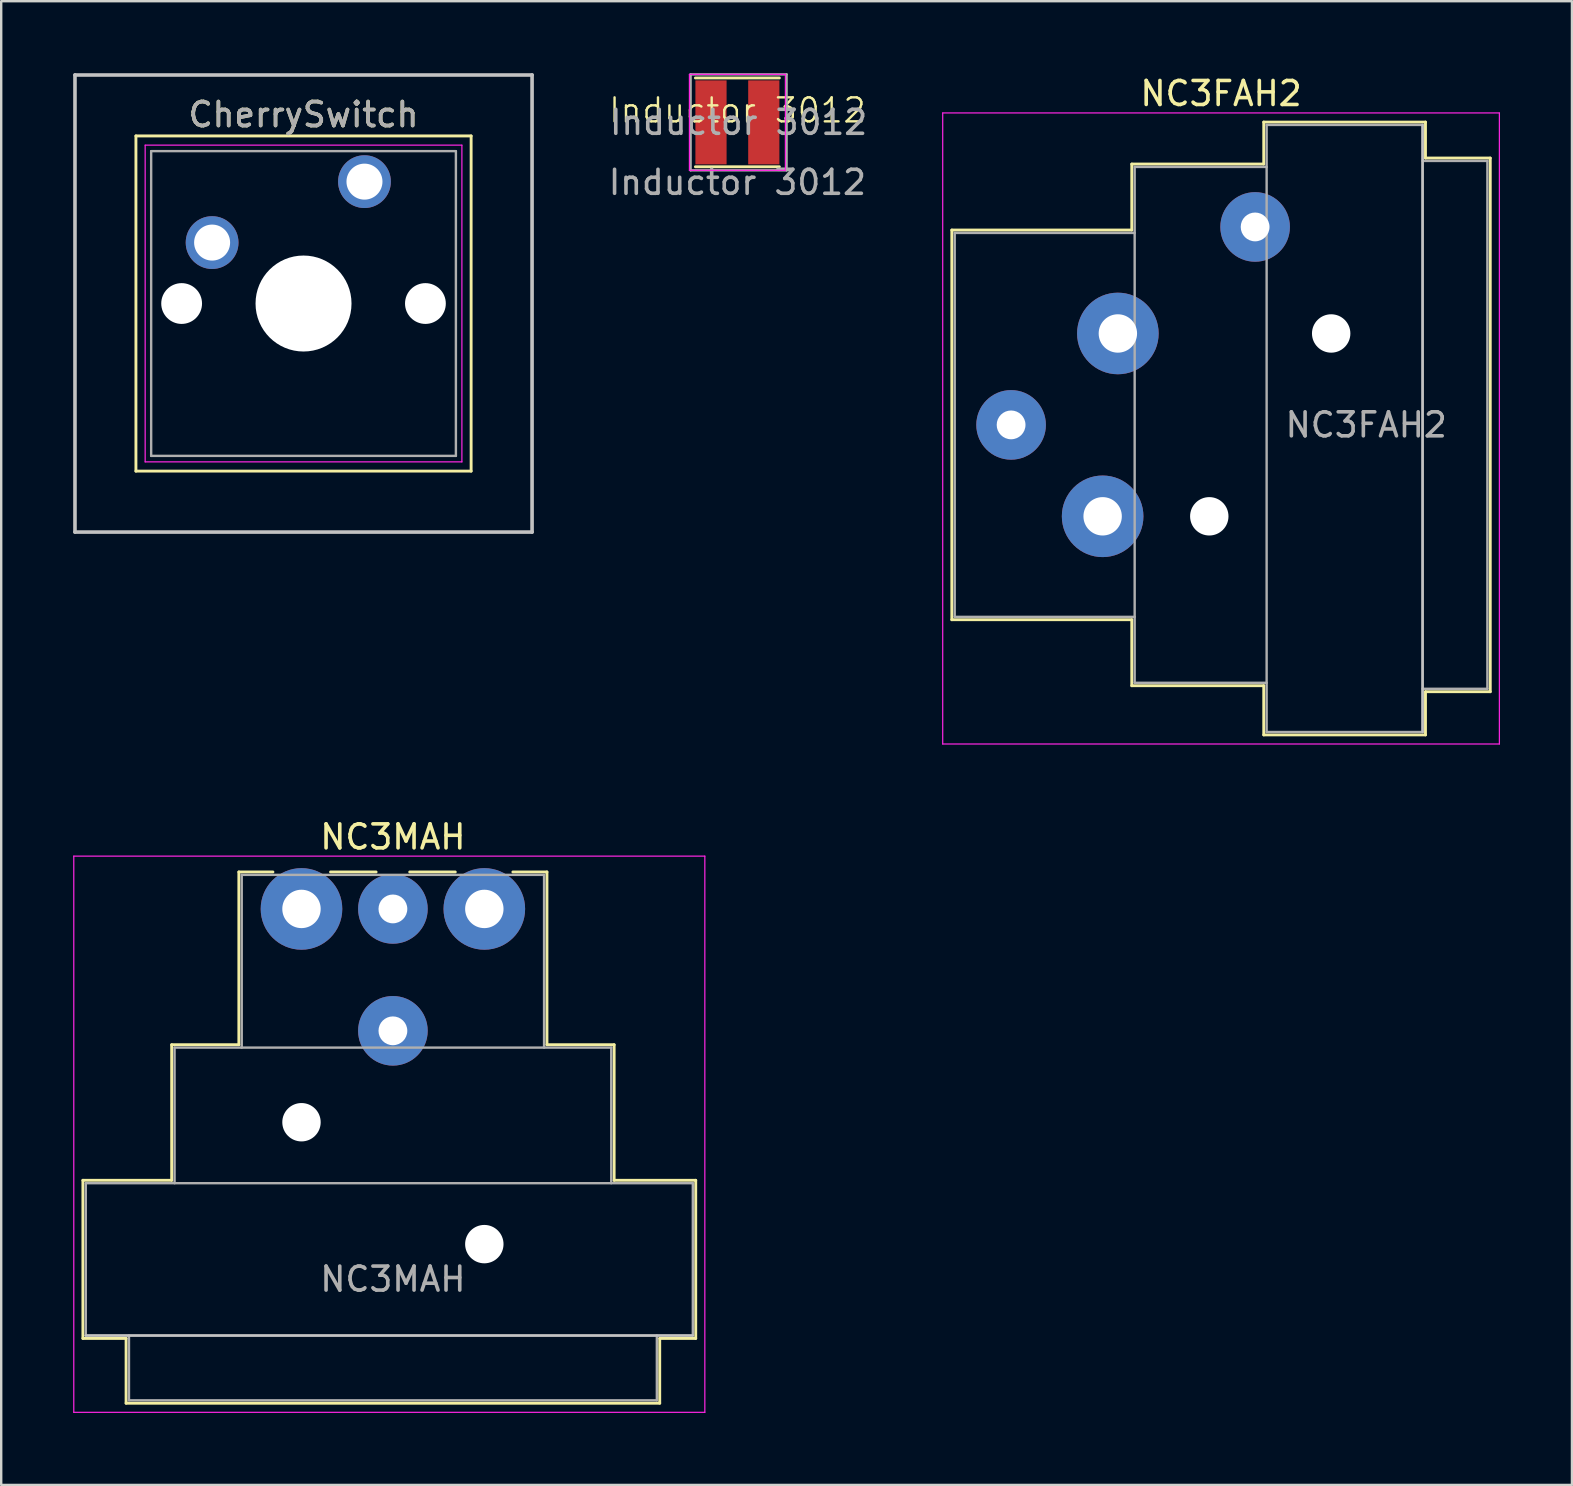
<source format=kicad_pcb>
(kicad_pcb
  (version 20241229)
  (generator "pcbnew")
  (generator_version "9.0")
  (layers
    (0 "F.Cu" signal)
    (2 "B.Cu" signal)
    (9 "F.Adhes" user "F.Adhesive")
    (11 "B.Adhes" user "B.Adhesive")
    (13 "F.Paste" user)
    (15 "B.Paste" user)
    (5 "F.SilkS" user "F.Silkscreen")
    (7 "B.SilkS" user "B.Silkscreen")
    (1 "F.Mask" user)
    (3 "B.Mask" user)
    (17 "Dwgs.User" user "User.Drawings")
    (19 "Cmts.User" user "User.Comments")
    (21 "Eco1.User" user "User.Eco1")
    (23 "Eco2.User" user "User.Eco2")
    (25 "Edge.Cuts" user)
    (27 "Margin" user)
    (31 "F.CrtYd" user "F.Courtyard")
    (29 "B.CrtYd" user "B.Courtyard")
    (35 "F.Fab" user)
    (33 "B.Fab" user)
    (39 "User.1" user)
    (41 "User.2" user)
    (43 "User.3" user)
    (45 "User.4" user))
  (footprint "NC3MAH"
    (layer "F.Cu")
    (at 9.515 34.831)
    (property "Reference" "NC3MAH" (at 3.81 -3 0) (layer "F.SilkS") (effects (font (size 1 1) (thickness 0.15))))
    (attr through_hole)
    (fp_line (start -9.11 11.31) (end -5.41 11.31) (stroke (width 0.12) (type solid)) (layer "F.SilkS"))
    (fp_line (start -9.11 17.9) (end -9.11 11.31) (stroke (width 0.12) (type solid)) (layer "F.SilkS"))
    (fp_line (start -7.31 17.9) (end -9.11 17.9) (stroke (width 0.12) (type solid)) (layer "F.SilkS"))
    (fp_line (start -7.31 17.9) (end -7.31 20.6) (stroke (width 0.12) (type solid)) (layer "F.SilkS"))
    (fp_line (start -5.41 11.31) (end -5.41 5.66) (stroke (width 0.12) (type solid)) (layer "F.SilkS"))
    (fp_line (start -2.61 5.66) (end -5.41 5.66) (stroke (width 0.12) (type solid)) (layer "F.SilkS"))
    (fp_line (start -2.61 5.66) (end -2.61 -1.54) (stroke (width 0.12) (type solid)) (layer "F.SilkS"))
    (fp_line (start -1.19 -1.54) (end -2.61 -1.54) (stroke (width 0.12) (type solid)) (layer "F.SilkS"))
    (fp_line (start 3.11 -1.54) (end 1.21 -1.54) (stroke (width 0.12) (type solid)) (layer "F.SilkS"))
    (fp_line (start 4.51 -1.54) (end 6.41 -1.54) (stroke (width 0.12) (type solid)) (layer "F.SilkS"))
    (fp_line (start 10.23 -1.54) (end 8.81 -1.54) (stroke (width 0.12) (type solid)) (layer "F.SilkS"))
    (fp_line (start 10.23 5.66) (end 10.23 -1.54) (stroke (width 0.12) (type solid)) (layer "F.SilkS"))
    (fp_line (start 10.23 5.66) (end 13.03 5.66) (stroke (width 0.12) (type solid)) (layer "F.SilkS"))
    (fp_line (start 13.03 11.31) (end 13.03 5.66) (stroke (width 0.12) (type solid)) (layer "F.SilkS"))
    (fp_line (start 13.03 11.31) (end 16.43 11.31) (stroke (width 0.12) (type solid)) (layer "F.SilkS"))
    (fp_line (start 14.93 17.9) (end 14.93 20.6) (stroke (width 0.12) (type solid)) (layer "F.SilkS"))
    (fp_line (start 14.93 20.6) (end -7.31 20.6) (stroke (width 0.12) (type solid)) (layer "F.SilkS"))
    (fp_line (start 16.43 17.9) (end 14.93 17.9) (stroke (width 0.12) (type solid)) (layer "F.SilkS"))
    (fp_line (start 16.43 17.9) (end 16.43 11.31) (stroke (width 0.12) (type solid)) (layer "F.SilkS"))
    (fp_line (start 16.31 17.78) (end -8.99 17.78) (stroke (width 0.1) (type solid)) (layer "Dwgs.User"))
    (fp_line (start -9.49 20.98) (end -9.49 -2.2) (stroke (width 0.05) (type solid)) (layer "F.CrtYd"))
    (fp_line (start 16.81 -2.2) (end -9.49 -2.2) (stroke (width 0.05) (type solid)) (layer "F.CrtYd"))
    (fp_line (start 16.81 20.98) (end -9.49 20.98) (stroke (width 0.05) (type solid)) (layer "F.CrtYd"))
    (fp_line (start 16.81 20.98) (end 16.81 -2.2) (stroke (width 0.05) (type solid)) (layer "F.CrtYd"))
    (fp_line (start -8.99 11.43) (end 16.31 11.43) (stroke (width 0.1) (type solid)) (layer "F.Fab"))
    (fp_line (start -8.99 17.78) (end -8.99 11.43) (stroke (width 0.1) (type solid)) (layer "F.Fab"))
    (fp_line (start -7.19 20.48) (end -7.19 17.78) (stroke (width 0.1) (type solid)) (layer "F.Fab"))
    (fp_line (start -5.29 5.78) (end -5.29 11.43) (stroke (width 0.1) (type solid)) (layer "F.Fab"))
    (fp_line (start -5.29 5.78) (end 12.91 5.78) (stroke (width 0.1) (type solid)) (layer "F.Fab"))
    (fp_line (start -2.49 5.78) (end -2.49 -1.42) (stroke (width 0.1) (type solid)) (layer "F.Fab"))
    (fp_line (start 10.11 -1.42) (end -2.49 -1.42) (stroke (width 0.1) (type solid)) (layer "F.Fab"))
    (fp_line (start 10.11 5.78) (end 10.11 -1.42) (stroke (width 0.1) (type solid)) (layer "F.Fab"))
    (fp_line (start 12.91 11.43) (end 12.91 5.78) (stroke (width 0.1) (type solid)) (layer "F.Fab"))
    (fp_line (start 14.81 17.78) (end 14.81 20.48) (stroke (width 0.1) (type solid)) (layer "F.Fab"))
    (fp_line (start 14.81 20.48) (end -7.19 20.48) (stroke (width 0.1) (type solid)) (layer "F.Fab"))
    (fp_line (start 16.31 11.43) (end 16.31 17.78) (stroke (width 0.1) (type solid)) (layer "F.Fab"))
    (fp_line (start 16.31 17.78) (end -8.99 17.78) (stroke (width 0.1) (type solid)) (layer "F.Fab"))
    (fp_text user "${REFERENCE}" (at 3.81 15.43 0) (layer "F.Fab") (effects (font (size 1 1) (thickness 0.15))))
    (pad "" np_thru_hole circle (at 0 8.89) (size 1.6 1.6) (drill 1.6) (layers "*.Cu" "*.Mask"))
    (pad "" np_thru_hole circle (at 7.62 13.97) (size 1.6 1.6) (drill 1.6) (layers "*.Cu" "*.Mask"))
    (pad "1" thru_hole circle (at 0 0) (size 3.4 3.4) (drill 1.6) (layers "*.Cu" "*.Mask"))
    (pad "2" thru_hole circle (at 7.62 0) (size 3.4 3.4) (drill 1.6) (layers "*.Cu" "*.Mask"))
    (pad "3" thru_hole circle (at 3.81 0) (size 2.9 2.9) (drill 1.2) (layers "*.Cu" "*.Mask"))
    (pad "G" thru_hole circle (at 3.81 5.08) (size 2.9 2.9) (drill 1.2) (layers "*.Cu" "*.Mask")))
  (footprint "CherrySwitch"
    (layer "F.Cu")
    (at 12.14 4.52)
    (property "Reference" "CherrySwitch" (at -2.54 -2.794 0) (layer "F.SilkS") (effects (font (size 1 1) (thickness 0.15))))
    (attr through_hole)
    (fp_line (start -9.525 -1.905) (end 4.445 -1.905) (stroke (width 0.12) (type solid)) (layer "F.SilkS"))
    (fp_line (start -9.525 12.065) (end -9.525 -1.905) (stroke (width 0.12) (type solid)) (layer "F.SilkS"))
    (fp_line (start 4.445 -1.905) (end 4.445 12.065) (stroke (width 0.12) (type solid)) (layer "F.SilkS"))
    (fp_line (start 4.445 12.065) (end -9.525 12.065) (stroke (width 0.12) (type solid)) (layer "F.SilkS"))
    (fp_line (start -12.065 -4.445) (end 6.985 -4.445) (stroke (width 0.15) (type solid)) (layer "Dwgs.User"))
    (fp_line (start -12.065 14.605) (end -12.065 -4.445) (stroke (width 0.15) (type solid)) (layer "Dwgs.User"))
    (fp_line (start 6.985 -4.445) (end 6.985 14.605) (stroke (width 0.15) (type solid)) (layer "Dwgs.User"))
    (fp_line (start 6.985 14.605) (end -12.065 14.605) (stroke (width 0.15) (type solid)) (layer "Dwgs.User"))
    (fp_line (start -9.14 -1.52) (end 4.06 -1.52) (stroke (width 0.05) (type solid)) (layer "F.CrtYd"))
    (fp_line (start -9.14 11.68) (end -9.14 -1.52) (stroke (width 0.05) (type solid)) (layer "F.CrtYd"))
    (fp_line (start 4.06 -1.52) (end 4.06 11.68) (stroke (width 0.05) (type solid)) (layer "F.CrtYd"))
    (fp_line (start 4.06 11.68) (end -9.14 11.68) (stroke (width 0.05) (type solid)) (layer "F.CrtYd"))
    (fp_line (start -8.89 -1.27) (end 3.81 -1.27) (stroke (width 0.1) (type solid)) (layer "F.Fab"))
    (fp_line (start -8.89 11.43) (end -8.89 -1.27) (stroke (width 0.1) (type solid)) (layer "F.Fab"))
    (fp_line (start 3.81 -1.27) (end 3.81 11.43) (stroke (width 0.1) (type solid)) (layer "F.Fab"))
    (fp_line (start 3.81 11.43) (end -8.89 11.43) (stroke (width 0.1) (type solid)) (layer "F.Fab"))
    (fp_text user "${REFERENCE}" (at -2.54 -2.794 0) (layer "F.Fab") (effects (font (size 1 1) (thickness 0.15))))
    (pad "" np_thru_hole circle (at -7.62 5.08) (size 1.7 1.7) (drill 1.7) (layers "*.Cu" "*.Mask"))
    (pad "" np_thru_hole circle (at -2.54 5.08) (size 4 4) (drill 4) (layers "*.Cu" "*.Mask"))
    (pad "" np_thru_hole circle (at 2.54 5.08) (size 1.7 1.7) (drill 1.7) (layers "*.Cu" "*.Mask"))
    (pad "1" thru_hole circle (at 0 0) (size 2.2 2.2) (drill 1.5) (layers "*.Cu" "*.Mask"))
    (pad "2" thru_hole circle (at -6.35 2.54) (size 2.2 2.2) (drill 1.5) (layers "*.Cu" "*.Mask")))
  (footprint "Inductor 3012"
    (layer "F.Cu")
    (at 27.682 2.05)
    (property "Reference" "Inductor 3012" (at 0 -0.5 0) (unlocked yes) (layer "F.SilkS") (effects (font (size 1 1) (thickness 0.1))))
    (attr smd)
    (fp_line (start -1.75 -1.85) (end 1.75 -1.85) (stroke (width 0.12) (type solid)) (layer "F.SilkS"))
    (fp_line (start -1.75 1.85) (end 1.75 1.85) (stroke (width 0.12) (type solid)) (layer "F.SilkS"))
    (fp_line (start -2 -2) (end -2 2) (stroke (width 0.05) (type solid)) (layer "F.CrtYd"))
    (fp_line (start -2 2) (end 2 2) (stroke (width 0.05) (type solid)) (layer "F.CrtYd"))
    (fp_line (start 2 -2) (end -2 -2) (stroke (width 0.05) (type solid)) (layer "F.CrtYd"))
    (fp_line (start 2 2) (end 2 -2) (stroke (width 0.05) (type solid)) (layer "F.CrtYd"))
    (fp_line (start -1.95 -2) (end -1.95 2) (stroke (width 0.1) (type solid)) (layer "F.Fab"))
    (fp_line (start -1.95 2) (end 2.05 2) (stroke (width 0.1) (type solid)) (layer "F.Fab"))
    (fp_line (start 2.05 -2) (end -1.95 -2) (stroke (width 0.1) (type solid)) (layer "F.Fab"))
    (fp_line (start 2.05 2) (end 2.05 -2) (stroke (width 0.1) (type solid)) (layer "F.Fab"))
    (fp_text user "${REFERENCE}" (at 0.05 0 0) (layer "F.Fab") (effects (font (size 1 1) (thickness 0.15))))
    (fp_text user "${REFERENCE}" (at 0 2.5 0) (unlocked yes) (layer "F.Fab") (effects (font (size 1 1) (thickness 0.15))))
    (pad "1" smd rect (at -1.1 0) (size 1.3 3.5) (layers "F.Cu" "F.Mask" "F.Paste"))
    (pad "2" smd rect (at 1.1 0) (size 1.3 3.5) (layers "F.Cu" "F.Mask" "F.Paste")))
  (footprint "NC3FAH2"
    (layer "F.Cu")
    (at 43.539 10.848)
    (property "Reference" "NC3FAH2" (at 4.3 -10 0) (layer "F.SilkS") (effects (font (size 1 1) (thickness 0.15))))
    (attr through_hole)
    (fp_line (start -6.92 -4.31) (end -6.92 11.93) (stroke (width 0.12) (type solid)) (layer "F.SilkS"))
    (fp_line (start 0.58 -7.06) (end 0.58 -4.31) (stroke (width 0.12) (type solid)) (layer "F.SilkS"))
    (fp_line (start 0.58 -4.31) (end -6.92 -4.31) (stroke (width 0.12) (type solid)) (layer "F.SilkS"))
    (fp_line (start 0.58 11.93) (end -6.92 11.93) (stroke (width 0.12) (type solid)) (layer "F.SilkS"))
    (fp_line (start 0.58 11.93) (end 0.58 14.68) (stroke (width 0.12) (type solid)) (layer "F.SilkS"))
    (fp_line (start 6.08 -7.06) (end 0.58 -7.06) (stroke (width 0.12) (type solid)) (layer "F.SilkS"))
    (fp_line (start 6.08 -7.06) (end 6.08 -8.81) (stroke (width 0.12) (type solid)) (layer "F.SilkS"))
    (fp_line (start 6.08 14.68) (end 0.58 14.68) (stroke (width 0.12) (type solid)) (layer "F.SilkS"))
    (fp_line (start 6.08 16.73) (end 6.08 14.68) (stroke (width 0.12) (type solid)) (layer "F.SilkS"))
    (fp_line (start 12.82 -8.81) (end 6.08 -8.81) (stroke (width 0.12) (type solid)) (layer "F.SilkS"))
    (fp_line (start 12.82 -8.81) (end 12.82 -7.31) (stroke (width 0.12) (type solid)) (layer "F.SilkS"))
    (fp_line (start 12.82 -7.31) (end 15.52 -7.31) (stroke (width 0.12) (type solid)) (layer "F.SilkS"))
    (fp_line (start 12.82 14.93) (end 12.82 16.73) (stroke (width 0.12) (type solid)) (layer "F.SilkS"))
    (fp_line (start 12.82 14.93) (end 15.52 14.93) (stroke (width 0.12) (type solid)) (layer "F.SilkS"))
    (fp_line (start 12.82 16.73) (end 6.08 16.73) (stroke (width 0.12) (type solid)) (layer "F.SilkS"))
    (fp_line (start 15.52 -7.31) (end 15.52 14.93) (stroke (width 0.12) (type solid)) (layer "F.SilkS"))
    (fp_line (start 12.7 -8.69) (end 12.7 16.61) (stroke (width 0.1) (type solid)) (layer "Dwgs.User"))
    (fp_line (start -7.3 -9.19) (end -7.3 17.11) (stroke (width 0.05) (type solid)) (layer "F.CrtYd"))
    (fp_line (start 15.9 -9.19) (end -7.3 -9.19) (stroke (width 0.05) (type solid)) (layer "F.CrtYd"))
    (fp_line (start 15.9 -9.19) (end 15.9 17.11) (stroke (width 0.05) (type solid)) (layer "F.CrtYd"))
    (fp_line (start 15.9 17.11) (end -7.3 17.11) (stroke (width 0.05) (type solid)) (layer "F.CrtYd"))
    (fp_line (start -6.8 -4.19) (end -6.8 11.81) (stroke (width 0.1) (type solid)) (layer "F.Fab"))
    (fp_line (start -6.8 11.81) (end 0.7 11.81) (stroke (width 0.1) (type solid)) (layer "F.Fab"))
    (fp_line (start 0.7 -6.94) (end 0.7 14.56) (stroke (width 0.1) (type solid)) (layer "F.Fab"))
    (fp_line (start 0.7 -4.19) (end -6.8 -4.19) (stroke (width 0.1) (type solid)) (layer "F.Fab"))
    (fp_line (start 0.7 14.56) (end 6.2 14.56) (stroke (width 0.1) (type solid)) (layer "F.Fab"))
    (fp_line (start 6.2 -8.69) (end 12.7 -8.69) (stroke (width 0.1) (type solid)) (layer "F.Fab"))
    (fp_line (start 6.2 -6.94) (end 0.7 -6.94) (stroke (width 0.1) (type solid)) (layer "F.Fab"))
    (fp_line (start 6.2 16.61) (end 6.2 -8.69) (stroke (width 0.1) (type solid)) (layer "F.Fab"))
    (fp_line (start 12.7 -8.69) (end 12.7 16.61) (stroke (width 0.1) (type solid)) (layer "F.Fab"))
    (fp_line (start 12.7 -7.19) (end 15.4 -7.19) (stroke (width 0.1) (type solid)) (layer "F.Fab"))
    (fp_line (start 12.7 16.61) (end 6.2 16.61) (stroke (width 0.1) (type solid)) (layer "F.Fab"))
    (fp_line (start 15.4 -7.19) (end 15.4 14.81) (stroke (width 0.1) (type solid)) (layer "F.Fab"))
    (fp_line (start 15.4 14.81) (end 12.7 14.81) (stroke (width 0.1) (type solid)) (layer "F.Fab"))
    (fp_text user "${REFERENCE}" (at 10.35 3.81 0) (layer "F.Fab") (effects (font (size 1 1) (thickness 0.15))))
    (pad "" np_thru_hole circle (at 3.81 7.62) (size 1.6 1.6) (drill 1.6) (layers "*.Cu" "*.Mask"))
    (pad "" np_thru_hole circle (at 8.89 0) (size 1.6 1.6) (drill 1.6) (layers "*.Cu" "*.Mask"))
    (pad "1" thru_hole circle (at 0 0) (size 3.4 3.4) (drill 1.6) (layers "*.Cu" "*.Mask") (remove_unused_layers yes) (keep_end_layers yes) (zone_layer_connections))
    (pad "2" thru_hole circle (at -0.635 7.62) (size 3.4 3.4) (drill 1.6) (layers "*.Cu" "*.Mask") (remove_unused_layers yes) (keep_end_layers yes) (zone_layer_connections))
    (pad "3" thru_hole circle (at -4.45 3.81) (size 2.9 2.9) (drill 1.2) (layers "*.Cu" "*.Mask") (remove_unused_layers yes) (keep_end_layers yes) (zone_layer_connections))
    (pad "G" thru_hole circle (at 5.72 -4.44) (size 2.9 2.9) (drill 1.2) (layers "*.Cu" "*.Mask") (remove_unused_layers yes) (keep_end_layers yes) (zone_layer_connections)))
  (gr_rect
    (start -3 -3)
    (end 62.464 58.837)
    (stroke (width 0.1) (type default))
    (fill no)
    (layer "Edge.Cuts")))
</source>
